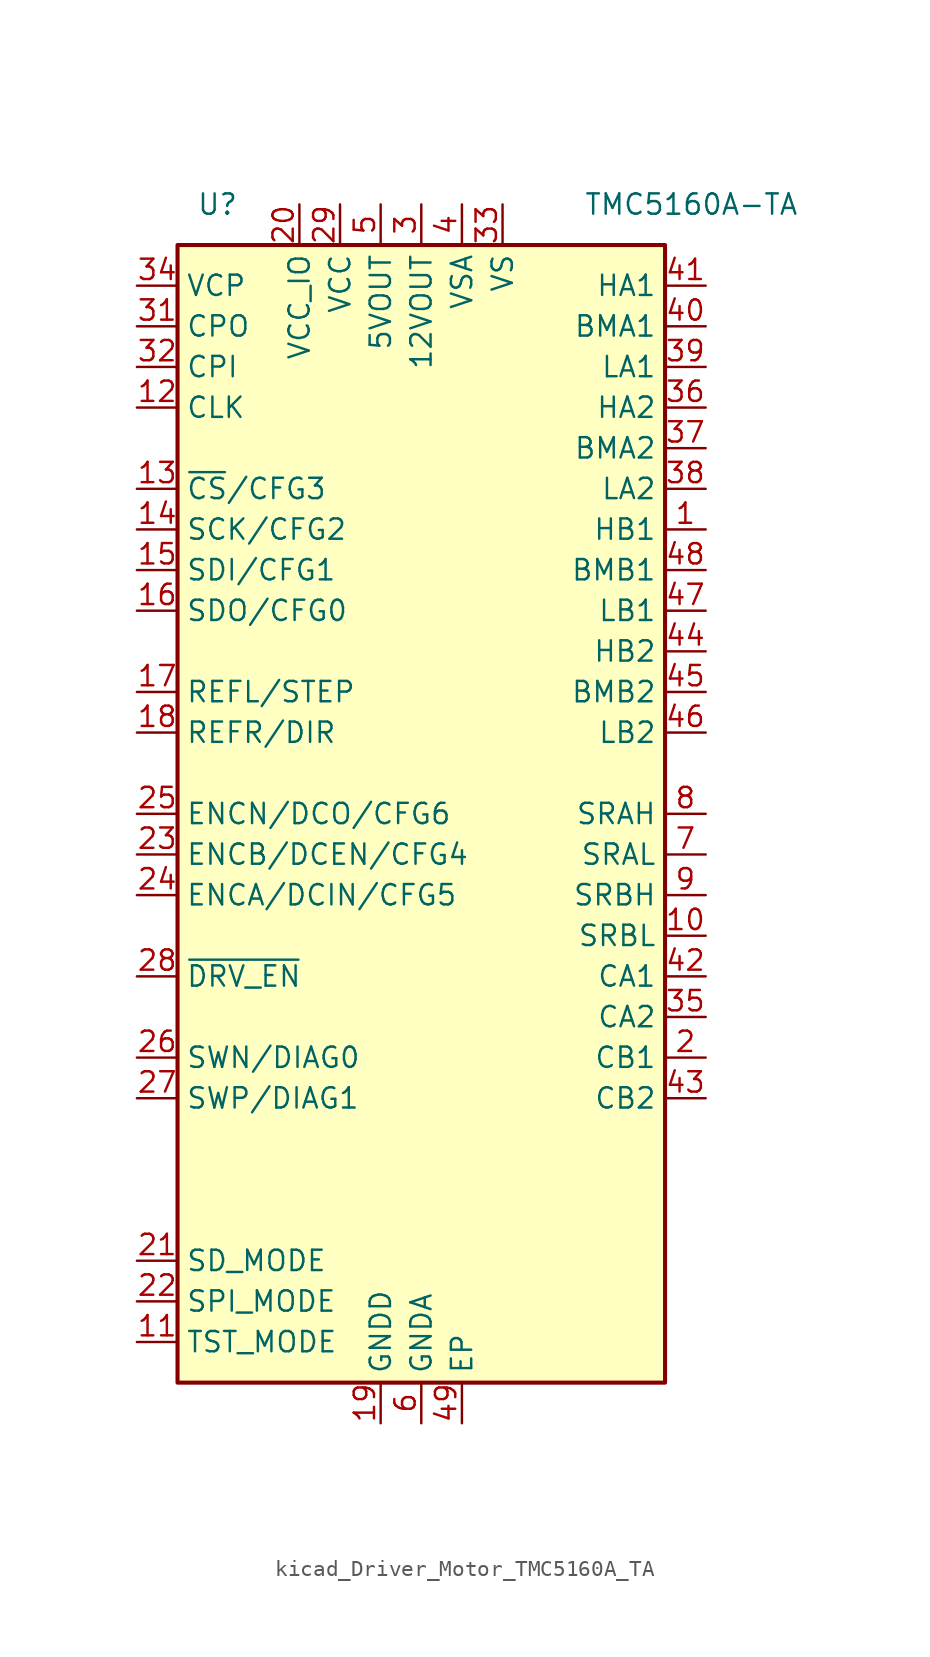
<source format=kicad_sym>
(kicad_symbol_lib
  (version 20220914)
  (generator kicad_symbol_editor)
  (symbol "kicad_Driver_Motor_TMC5160A_TA"
    (property "Reference" "U"
      (at -11.43 38.1 0)
      (effects (font (size 1.27 1.27)) (justify right)))
    (property "Value" "TMC5160A-TA"
      (at 10.16 38.1 0)
      (effects (font (size 1.27 1.27)) (justify left)))
    (symbol "kicad_Driver_Motor_TMC5160A_TA_1_0"
      (rectangle (start -15.24 -35.56) (end 15.24 35.56) (stroke (width 0.254) (type default)) (fill (type background))))
    (symbol "kicad_Driver_Motor_TMC5160A_TA_1_1"
      (pin output line (at 17.78 17.78 180) (length 2.54) (name "HB1" (effects (font (size 1.27 1.27)))) (number "1" (effects (font (size 1.27 1.27)))))
      (pin passive line (at 17.78 -7.62 180) (length 2.54) (name "SRBL" (effects (font (size 1.27 1.27)))) (number "10" (effects (font (size 1.27 1.27)))))
      (pin input line (at -17.78 -33.02 0) (length 2.54) (name "TST_MODE" (effects (font (size 1.27 1.27)))) (number "11" (effects (font (size 1.27 1.27)))))
      (pin input line (at -17.78 25.4 0) (length 2.54) (name "CLK" (effects (font (size 1.27 1.27)))) (number "12" (effects (font (size 1.27 1.27)))))
      (pin input line (at -17.78 20.32 0) (length 2.54) (name "~{CS}/CFG3" (effects (font (size 1.27 1.27)))) (number "13" (effects (font (size 1.27 1.27)))))
      (pin input line (at -17.78 17.78 0) (length 2.54) (name "SCK/CFG2" (effects (font (size 1.27 1.27)))) (number "14" (effects (font (size 1.27 1.27)))))
      (pin input line (at -17.78 15.24 0) (length 2.54) (name "SDI/CFG1" (effects (font (size 1.27 1.27)))) (number "15" (effects (font (size 1.27 1.27)))))
      (pin bidirectional line (at -17.78 12.7 0) (length 2.54) (name "SDO/CFG0" (effects (font (size 1.27 1.27)))) (number "16" (effects (font (size 1.27 1.27)))))
      (pin input line (at -17.78 7.62 0) (length 2.54) (name "REFL/STEP" (effects (font (size 1.27 1.27)))) (number "17" (effects (font (size 1.27 1.27)))))
      (pin input line (at -17.78 5.08 0) (length 2.54) (name "REFR/DIR" (effects (font (size 1.27 1.27)))) (number "18" (effects (font (size 1.27 1.27)))))
      (pin power_in line (at -2.54 -38.1 90) (length 2.54) (name "GNDD" (effects (font (size 1.27 1.27)))) (number "19" (effects (font (size 1.27 1.27)))))
      (pin passive line (at 17.78 -15.24 180) (length 2.54) (name "CB1" (effects (font (size 1.27 1.27)))) (number "2" (effects (font (size 1.27 1.27)))))
      (pin power_in line (at -7.62 38.1 270) (length 2.54) (name "VCC_IO" (effects (font (size 1.27 1.27)))) (number "20" (effects (font (size 1.27 1.27)))))
      (pin input line (at -17.78 -27.94 0) (length 2.54) (name "SD_MODE" (effects (font (size 1.27 1.27)))) (number "21" (effects (font (size 1.27 1.27)))))
      (pin input line (at -17.78 -30.48 0) (length 2.54) (name "SPI_MODE" (effects (font (size 1.27 1.27)))) (number "22" (effects (font (size 1.27 1.27)))))
      (pin input line (at -17.78 -2.54 0) (length 2.54) (name "ENCB/DCEN/CFG4" (effects (font (size 1.27 1.27)))) (number "23" (effects (font (size 1.27 1.27)))))
      (pin input line (at -17.78 -5.08 0) (length 2.54) (name "ENCA/DCIN/CFG5" (effects (font (size 1.27 1.27)))) (number "24" (effects (font (size 1.27 1.27)))))
      (pin bidirectional line (at -17.78 0 0) (length 2.54) (name "ENCN/DCO/CFG6" (effects (font (size 1.27 1.27)))) (number "25" (effects (font (size 1.27 1.27)))))
      (pin bidirectional line (at -17.78 -15.24 0) (length 2.54) (name "SWN/DIAG0" (effects (font (size 1.27 1.27)))) (number "26" (effects (font (size 1.27 1.27)))))
      (pin bidirectional line (at -17.78 -17.78 0) (length 2.54) (name "SWP/DIAG1" (effects (font (size 1.27 1.27)))) (number "27" (effects (font (size 1.27 1.27)))))
      (pin input line (at -17.78 -10.16 0) (length 2.54) (name "~{DRV_EN}" (effects (font (size 1.27 1.27)))) (number "28" (effects (font (size 1.27 1.27)))))
      (pin power_in line (at -5.08 38.1 270) (length 2.54) (name "VCC" (effects (font (size 1.27 1.27)))) (number "29" (effects (font (size 1.27 1.27)))))
      (pin power_out line (at 0 38.1 270) (length 2.54) (name "12VOUT" (effects (font (size 1.27 1.27)))) (number "3" (effects (font (size 1.27 1.27)))))
      (pin passive line (at -2.54 -38.1 90) (length 2.54) hide (name "GNDD" (effects (font (size 1.27 1.27)))) (number "30" (effects (font (size 1.27 1.27)))))
      (pin passive line (at -17.78 30.48 0) (length 2.54) (name "CPO" (effects (font (size 1.27 1.27)))) (number "31" (effects (font (size 1.27 1.27)))))
      (pin passive line (at -17.78 27.94 0) (length 2.54) (name "CPI" (effects (font (size 1.27 1.27)))) (number "32" (effects (font (size 1.27 1.27)))))
      (pin power_in line (at 5.08 38.1 270) (length 2.54) (name "VS" (effects (font (size 1.27 1.27)))) (number "33" (effects (font (size 1.27 1.27)))))
      (pin passive line (at -17.78 33.02 0) (length 2.54) (name "VCP" (effects (font (size 1.27 1.27)))) (number "34" (effects (font (size 1.27 1.27)))))
      (pin passive line (at 17.78 -12.7 180) (length 2.54) (name "CA2" (effects (font (size 1.27 1.27)))) (number "35" (effects (font (size 1.27 1.27)))))
      (pin output line (at 17.78 25.4 180) (length 2.54) (name "HA2" (effects (font (size 1.27 1.27)))) (number "36" (effects (font (size 1.27 1.27)))))
      (pin passive line (at 17.78 22.86 180) (length 2.54) (name "BMA2" (effects (font (size 1.27 1.27)))) (number "37" (effects (font (size 1.27 1.27)))))
      (pin output line (at 17.78 20.32 180) (length 2.54) (name "LA2" (effects (font (size 1.27 1.27)))) (number "38" (effects (font (size 1.27 1.27)))))
      (pin output line (at 17.78 27.94 180) (length 2.54) (name "LA1" (effects (font (size 1.27 1.27)))) (number "39" (effects (font (size 1.27 1.27)))))
      (pin power_in line (at 2.54 38.1 270) (length 2.54) (name "VSA" (effects (font (size 1.27 1.27)))) (number "4" (effects (font (size 1.27 1.27)))))
      (pin passive line (at 17.78 30.48 180) (length 2.54) (name "BMA1" (effects (font (size 1.27 1.27)))) (number "40" (effects (font (size 1.27 1.27)))))
      (pin output line (at 17.78 33.02 180) (length 2.54) (name "HA1" (effects (font (size 1.27 1.27)))) (number "41" (effects (font (size 1.27 1.27)))))
      (pin passive line (at 17.78 -10.16 180) (length 2.54) (name "CA1" (effects (font (size 1.27 1.27)))) (number "42" (effects (font (size 1.27 1.27)))))
      (pin passive line (at 17.78 -17.78 180) (length 2.54) (name "CB2" (effects (font (size 1.27 1.27)))) (number "43" (effects (font (size 1.27 1.27)))))
      (pin output line (at 17.78 10.16 180) (length 2.54) (name "HB2" (effects (font (size 1.27 1.27)))) (number "44" (effects (font (size 1.27 1.27)))))
      (pin passive line (at 17.78 7.62 180) (length 2.54) (name "BMB2" (effects (font (size 1.27 1.27)))) (number "45" (effects (font (size 1.27 1.27)))))
      (pin output line (at 17.78 5.08 180) (length 2.54) (name "LB2" (effects (font (size 1.27 1.27)))) (number "46" (effects (font (size 1.27 1.27)))))
      (pin output line (at 17.78 12.7 180) (length 2.54) (name "LB1" (effects (font (size 1.27 1.27)))) (number "47" (effects (font (size 1.27 1.27)))))
      (pin passive line (at 17.78 15.24 180) (length 2.54) (name "BMB1" (effects (font (size 1.27 1.27)))) (number "48" (effects (font (size 1.27 1.27)))))
      (pin power_in line (at 2.54 -38.1 90) (length 2.54) (name "EP" (effects (font (size 1.27 1.27)))) (number "49" (effects (font (size 1.27 1.27)))))
      (pin power_out line (at -2.54 38.1 270) (length 2.54) (name "5VOUT" (effects (font (size 1.27 1.27)))) (number "5" (effects (font (size 1.27 1.27)))))
      (pin power_in line (at 0 -38.1 90) (length 2.54) (name "GNDA" (effects (font (size 1.27 1.27)))) (number "6" (effects (font (size 1.27 1.27)))))
      (pin passive line (at 17.78 -2.54 180) (length 2.54) (name "SRAL" (effects (font (size 1.27 1.27)))) (number "7" (effects (font (size 1.27 1.27)))))
      (pin passive line (at 17.78 0 180) (length 2.54) (name "SRAH" (effects (font (size 1.27 1.27)))) (number "8" (effects (font (size 1.27 1.27)))))
      (pin passive line (at 17.78 -5.08 180) (length 2.54) (name "SRBH" (effects (font (size 1.27 1.27)))) (number "9" (effects (font (size 1.27 1.27))))))))
</source>
